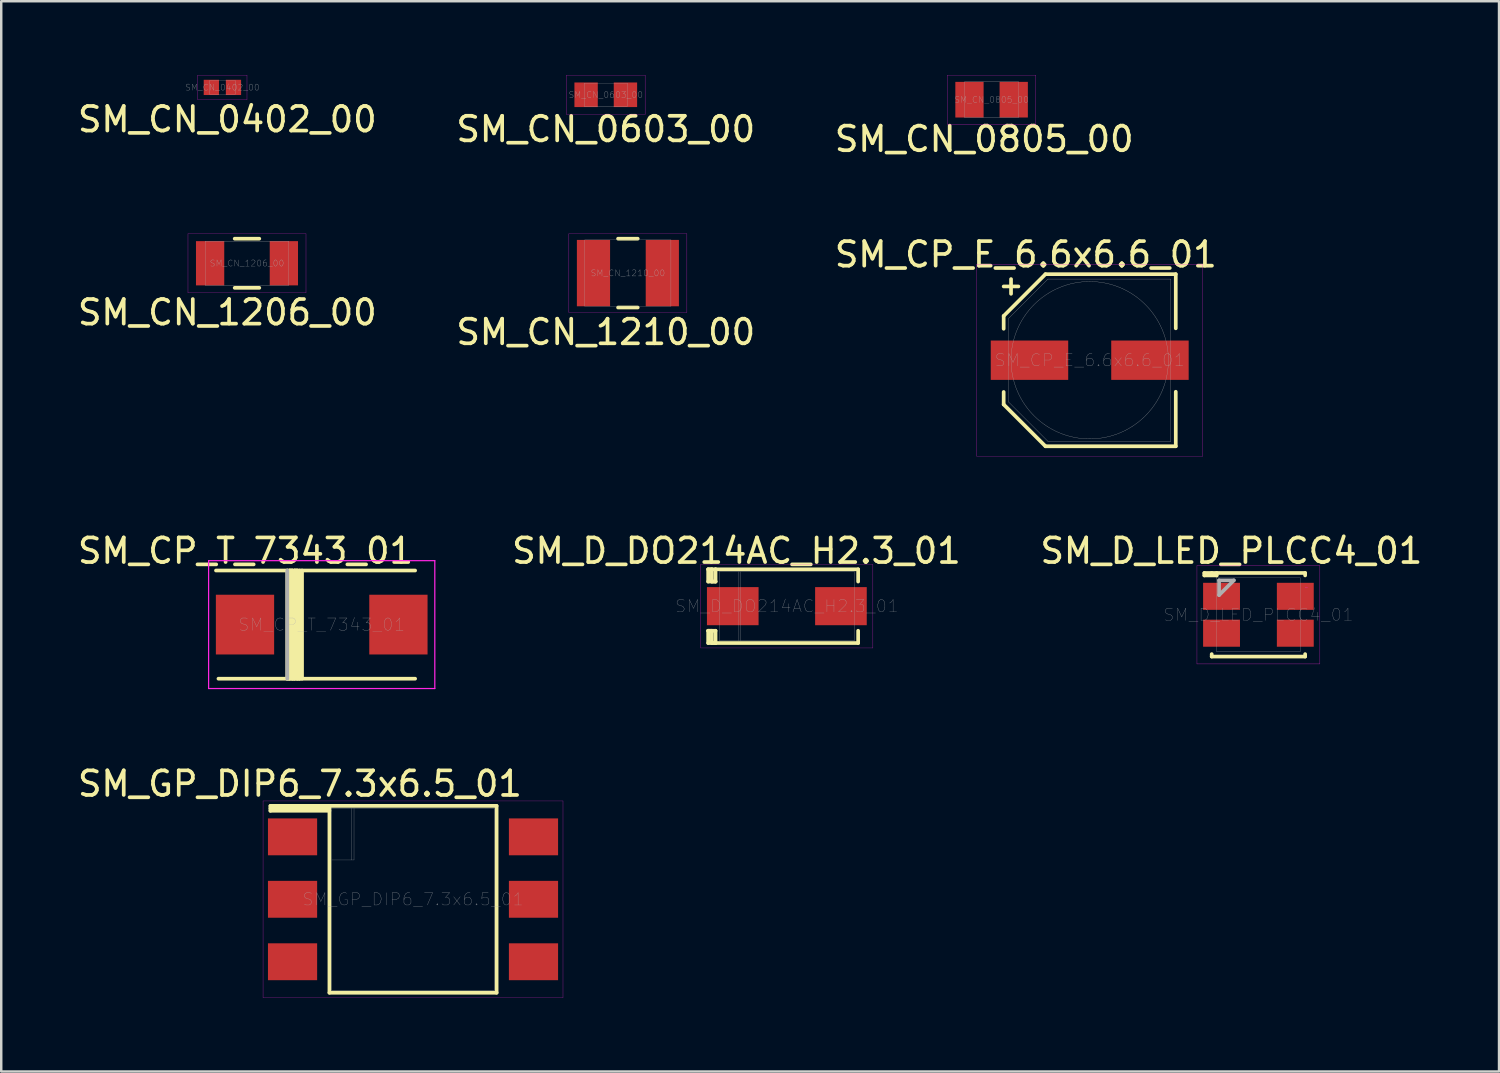
<source format=kicad_pcb>
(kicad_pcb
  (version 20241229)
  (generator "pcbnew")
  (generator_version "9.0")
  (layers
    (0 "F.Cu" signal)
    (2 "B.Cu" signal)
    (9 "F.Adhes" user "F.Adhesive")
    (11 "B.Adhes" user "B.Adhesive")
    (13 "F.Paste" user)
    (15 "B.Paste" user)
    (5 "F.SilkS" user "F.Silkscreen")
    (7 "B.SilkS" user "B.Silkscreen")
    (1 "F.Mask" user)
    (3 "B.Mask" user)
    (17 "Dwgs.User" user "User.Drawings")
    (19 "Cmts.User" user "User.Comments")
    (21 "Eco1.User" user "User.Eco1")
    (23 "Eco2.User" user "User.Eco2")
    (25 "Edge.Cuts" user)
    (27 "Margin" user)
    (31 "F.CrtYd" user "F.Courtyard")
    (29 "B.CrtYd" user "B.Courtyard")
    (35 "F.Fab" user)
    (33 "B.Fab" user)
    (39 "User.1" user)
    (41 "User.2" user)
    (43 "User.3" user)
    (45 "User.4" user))
  (footprint "SM_D_DO214AC_H2.3_01"
    (layer "F.Cu")
    (at 28.954 21.605)
    (property "Reference" "SM_D_DO214AC_H2.3_01" (at 0 0 0) (layer "F.Fab") (effects (font (size 0.5 0.5) (thickness 0.01))))
    (attr through_hole)
    (fp_line (start -3.2 -1.5) (end -3.2 -1) (stroke (width 0.15) (type solid)) (layer "F.SilkS"))
    (fp_line (start -3.2 -1) (end -2.9 -1) (stroke (width 0.15) (type solid)) (layer "F.SilkS"))
    (fp_line (start -3.2 1) (end -3.2 1.5) (stroke (width 0.15) (type solid)) (layer "F.SilkS"))
    (fp_line (start -3.2 1.5) (end -2.9 1.5) (stroke (width 0.15) (type solid)) (layer "F.SilkS"))
    (fp_line (start -3.05 -1.5) (end -3.2 -1.5) (stroke (width 0.15) (type solid)) (layer "F.SilkS"))
    (fp_line (start -3.05 -1) (end -3.05 -1.5) (stroke (width 0.15) (type solid)) (layer "F.SilkS"))
    (fp_line (start -3.05 1) (end -3.2 1) (stroke (width 0.15) (type solid)) (layer "F.SilkS"))
    (fp_line (start -3.05 1.5) (end -3.05 1) (stroke (width 0.15) (type solid)) (layer "F.SilkS"))
    (fp_line (start -2.9 -1.5) (end -3.2 -1.5) (stroke (width 0.15) (type solid)) (layer "F.SilkS"))
    (fp_line (start -2.9 -1.5) (end -2.9 -1) (stroke (width 0.15) (type solid)) (layer "F.SilkS"))
    (fp_line (start -2.9 -1) (end -3.05 -1) (stroke (width 0.15) (type solid)) (layer "F.SilkS"))
    (fp_line (start -2.9 1) (end -3.2 1) (stroke (width 0.15) (type solid)) (layer "F.SilkS"))
    (fp_line (start -2.9 1) (end -2.9 1.5) (stroke (width 0.15) (type solid)) (layer "F.SilkS"))
    (fp_line (start -2.9 1.5) (end -3.05 1.5) (stroke (width 0.15) (type solid)) (layer "F.SilkS"))
    (fp_line (start -2.9 1.5) (end 2.9 1.5) (stroke (width 0.15) (type solid)) (layer "F.SilkS"))
    (fp_line (start 2.9 -1.5) (end -2.9 -1.5) (stroke (width 0.15) (type solid)) (layer "F.SilkS"))
    (fp_line (start 2.9 -1.5) (end 2.9 -1) (stroke (width 0.15) (type solid)) (layer "F.SilkS"))
    (fp_line (start 2.9 1.5) (end 2.9 1) (stroke (width 0.15) (type solid)) (layer "F.SilkS"))
    (fp_line (start -3.5 -1.7) (end -3.5 1.7) (stroke (width 0.01) (type solid)) (layer "F.CrtYd"))
    (fp_line (start -3.5 1.7) (end 3.5 1.7) (stroke (width 0.01) (type solid)) (layer "F.CrtYd"))
    (fp_line (start 3.5 -1.7) (end -3.5 -1.7) (stroke (width 0.01) (type solid)) (layer "F.CrtYd"))
    (fp_line (start 3.5 1.7) (end 3.5 -1.7) (stroke (width 0.01) (type solid)) (layer "F.CrtYd"))
    (fp_line (start -2.75 -1.4) (end -2.75 1.4) (stroke (width 0.01) (type solid)) (layer "F.Fab"))
    (fp_line (start -2.75 1.4) (end 2.75 1.4) (stroke (width 0.01) (type solid)) (layer "F.Fab"))
    (fp_line (start -1.95 -1.4) (end -1.95 1.4) (stroke (width 0.01) (type solid)) (layer "F.Fab"))
    (fp_line (start -1.9 -1.4) (end -1.9 1.4) (stroke (width 0.01) (type solid)) (layer "F.Fab"))
    (fp_line (start 2.75 -1.4) (end -2.75 -1.4) (stroke (width 0.01) (type solid)) (layer "F.Fab"))
    (fp_line (start 2.75 1.4) (end 2.75 -1.4) (stroke (width 0.01) (type solid)) (layer "F.Fab"))
    (fp_text user "${REFERENCE}" (at -2.05 -2.25 0) (layer "F.SilkS") (effects (font (size 1 1) (thickness 0.15))))
    (pad "1" smd rect (at -2.2 0) (size 2.1 1.55) (layers "F.Cu" "F.Mask" "F.Paste"))
    (pad "2" smd rect (at 2.2 0) (size 2.1 1.55) (layers "F.Cu" "F.Mask" "F.Paste")))
  (footprint "SM_GP_DIP6_7.3x6.5_01"
    (layer "F.Cu")
    (at 13.749 33.528)
    (property "Reference" "SM_GP_DIP6_7.3x6.5_01" (at 0 0 0) (layer "F.Fab") (effects (font (size 0.5 0.5) (thickness 0.01))))
    (attr through_hole)
    (fp_line (start -5.8 -3.8) (end -5.8 -3.6) (stroke (width 0.15) (type solid)) (layer "F.SilkS"))
    (fp_line (start -5.8 -3.6) (end -3.4 -3.6) (stroke (width 0.15) (type solid)) (layer "F.SilkS"))
    (fp_line (start -3.4 -3.8) (end -5.8 -3.8) (stroke (width 0.15) (type solid)) (layer "F.SilkS"))
    (fp_line (start -3.4 -3.8) (end -3.4 3.8) (stroke (width 0.15) (type solid)) (layer "F.SilkS"))
    (fp_line (start -3.4 -3.7) (end -5.8 -3.7) (stroke (width 0.15) (type solid)) (layer "F.SilkS"))
    (fp_line (start -3.4 3.8) (end 3.4 3.8) (stroke (width 0.15) (type solid)) (layer "F.SilkS"))
    (fp_line (start 3.4 -3.8) (end -3.4 -3.8) (stroke (width 0.15) (type solid)) (layer "F.SilkS"))
    (fp_line (start 3.4 3.8) (end 3.4 -3.8) (stroke (width 0.15) (type solid)) (layer "F.SilkS"))
    (fp_line (start -6.1 -4) (end -6.1 4) (stroke (width 0.01) (type solid)) (layer "F.CrtYd"))
    (fp_line (start -6.1 4) (end 6.1 4) (stroke (width 0.01) (type solid)) (layer "F.CrtYd"))
    (fp_line (start 6.1 -4) (end -6.1 -4) (stroke (width 0.01) (type solid)) (layer "F.CrtYd"))
    (fp_line (start 6.1 4) (end 6.1 -4) (stroke (width 0.01) (type solid)) (layer "F.CrtYd"))
    (fp_line (start -3.3 -3.7) (end -3.3 3.7) (stroke (width 0.01) (type solid)) (layer "F.Fab"))
    (fp_line (start -3.3 -1.6) (end -2.4 -1.6) (stroke (width 0.01) (type solid)) (layer "F.Fab"))
    (fp_line (start -3.3 3.7) (end 3.3 3.7) (stroke (width 0.01) (type solid)) (layer "F.Fab"))
    (fp_line (start -2.5 -1.6) (end -2.5 -3.7) (stroke (width 0.01) (type solid)) (layer "F.Fab"))
    (fp_line (start -2.4 -1.6) (end -2.4 -3.7) (stroke (width 0.01) (type solid)) (layer "F.Fab"))
    (fp_line (start 3.3 -3.7) (end -3.3 -3.7) (stroke (width 0.01) (type solid)) (layer "F.Fab"))
    (fp_line (start 3.3 3.7) (end 3.3 -3.7) (stroke (width 0.01) (type solid)) (layer "F.Fab"))
    (fp_text user "${REFERENCE}" (at -4.6 -4.7 0) (layer "F.SilkS") (effects (font (size 1 1) (thickness 0.15))))
    (pad "1" smd rect (at -4.9 -2.54) (size 2 1.5) (layers "F.Cu" "F.Mask" "F.Paste"))
    (pad "2" smd rect (at -4.9 0) (size 2 1.5) (layers "F.Cu" "F.Mask" "F.Paste"))
    (pad "3" smd rect (at -4.9 2.54) (size 2 1.5) (layers "F.Cu" "F.Mask" "F.Paste"))
    (pad "4" smd rect (at 4.9 2.54) (size 2 1.5) (layers "F.Cu" "F.Mask" "F.Paste"))
    (pad "5" smd rect (at 4.9 0) (size 2 1.5) (layers "F.Cu" "F.Mask" "F.Paste"))
    (pad "6" smd rect (at 4.9 -2.54) (size 2 1.5) (layers "F.Cu" "F.Mask" "F.Paste")))
  (footprint "SM_CP_E_6.6x6.6_01"
    (layer "F.Cu")
    (at 41.273 11.601)
    (property "Reference" "SM_CP_E_6.6x6.6_01" (at 0 0 0) (layer "F.Fab") (effects (font (size 0.5 0.5) (thickness 0.01))))
    (attr through_hole)
    (fp_line (start -3.5 -3) (end -2.9 -3) (stroke (width 0.15) (type solid)) (layer "F.SilkS"))
    (fp_line (start -3.5 -1.8) (end -1.8 -3.5) (stroke (width 0.15) (type solid)) (layer "F.SilkS"))
    (fp_line (start -3.5 -1.279) (end -3.5 -1.8) (stroke (width 0.15) (type solid)) (layer "F.SilkS"))
    (fp_line (start -3.5 1.8) (end -3.5 1.292) (stroke (width 0.15) (type solid)) (layer "F.SilkS"))
    (fp_line (start -3.2 -3.3) (end -3.2 -2.7) (stroke (width 0.15) (type solid)) (layer "F.SilkS"))
    (fp_line (start -1.8 -3.5) (end 3.5 -3.5) (stroke (width 0.15) (type solid)) (layer "F.SilkS"))
    (fp_line (start -1.8 3.5) (end -3.5 1.8) (stroke (width 0.15) (type solid)) (layer "F.SilkS"))
    (fp_line (start 3.5 -1.297) (end 3.5 -3.5) (stroke (width 0.15) (type solid)) (layer "F.SilkS"))
    (fp_line (start 3.5 3.5) (end -1.8 3.5) (stroke (width 0.15) (type solid)) (layer "F.SilkS"))
    (fp_line (start 3.5 3.5) (end 3.5 1.283) (stroke (width 0.15) (type solid)) (layer "F.SilkS"))
    (fp_line (start -4.6 -3.9) (end -4.6 3.9) (stroke (width 0.01) (type solid)) (layer "F.CrtYd"))
    (fp_line (start -4.6 3.9) (end 4.6 3.9) (stroke (width 0.01) (type solid)) (layer "F.CrtYd"))
    (fp_line (start 4.6 -3.9) (end -4.6 -3.9) (stroke (width 0.01) (type solid)) (layer "F.CrtYd"))
    (fp_line (start 4.6 3.9) (end 4.6 -3.9) (stroke (width 0.01) (type solid)) (layer "F.CrtYd"))
    (fp_line (start -3.3 -1.7) (end -3.3 1.7) (stroke (width 0.01) (type solid)) (layer "F.Fab"))
    (fp_line (start -3.3 -1.7) (end -1.7 -3.3) (stroke (width 0.01) (type solid)) (layer "F.Fab"))
    (fp_line (start -3.3 1.7) (end -1.7 3.3) (stroke (width 0.01) (type solid)) (layer "F.Fab"))
    (fp_line (start -1.7 -3.3) (end 3.3 -3.3) (stroke (width 0.01) (type solid)) (layer "F.Fab"))
    (fp_line (start -1.7 3.3) (end 3.3 3.3) (stroke (width 0.01) (type solid)) (layer "F.Fab"))
    (fp_line (start 3.3 3.3) (end 3.3 -3.3) (stroke (width 0.01) (type solid)) (layer "F.Fab"))
    (fp_circle (center 0 0) (end -3.2 0) (stroke (width 0.01) (type solid)) (fill no) (layer "F.Fab"))
    (fp_text user "${REFERENCE}" (at -2.6 -4.3 0) (layer "F.SilkS") (effects (font (size 1 1) (thickness 0.15))))
    (pad "1" smd rect (at -2.45 0) (size 3.15 1.6) (layers "F.Cu" "F.Mask" "F.Paste"))
    (pad "2" smd rect (at 2.45 0) (size 3.15 1.6) (layers "F.Cu" "F.Mask" "F.Paste")))
  (footprint "SM_CN_0603_00"
    (layer "F.Cu")
    (at 21.589 0.805)
    (property "Reference" "SM_CN_0603_00" (at 0 0 0) (layer "F.Fab") (effects (font (size 0.25 0.25) (thickness 0.01))))
    (attr through_hole)
    (fp_line (start -1.6 -0.8) (end -1.6 0.8) (stroke (width 0.01) (type solid)) (layer "F.CrtYd"))
    (fp_line (start -1.6 0.8) (end 1.6 0.8) (stroke (width 0.01) (type solid)) (layer "F.CrtYd"))
    (fp_line (start 1.6 -0.8) (end -1.6 -0.8) (stroke (width 0.01) (type solid)) (layer "F.CrtYd"))
    (fp_line (start 1.6 0.8) (end 1.6 -0.8) (stroke (width 0.01) (type solid)) (layer "F.CrtYd"))
    (fp_line (start -0.875 -0.475) (end -0.875 0.475) (stroke (width 0.01) (type solid)) (layer "F.Fab"))
    (fp_line (start -0.875 0.475) (end 0.875 0.475) (stroke (width 0.01) (type solid)) (layer "F.Fab"))
    (fp_line (start 0.875 -0.475) (end -0.875 -0.475) (stroke (width 0.01) (type solid)) (layer "F.Fab"))
    (fp_line (start 0.875 0.475) (end 0.875 -0.475) (stroke (width 0.01) (type solid)) (layer "F.Fab"))
    (fp_text user "${REFERENCE}" (at 0 1.4 0) (layer "F.SilkS") (effects (font (size 1 1) (thickness 0.15))))
    (pad "1" smd rect (at -0.8 0) (size 0.95 1) (layers "F.Cu" "F.Mask" "F.Paste"))
    (pad "2" smd rect (at 0.8 0) (size 0.95 1) (layers "F.Cu" "F.Mask" "F.Paste")))
  (footprint "SM_CN_0805_00"
    (layer "F.Cu")
    (at 37.282 1.005)
    (property "Reference" "SM_CN_0805_00" (at 0 0 0) (layer "F.Fab") (effects (font (size 0.25 0.25) (thickness 0.01))))
    (attr through_hole)
    (fp_line (start -1.8 -1) (end -1.8 1) (stroke (width 0.01) (type solid)) (layer "F.CrtYd"))
    (fp_line (start -1.8 1) (end 1.8 1) (stroke (width 0.01) (type solid)) (layer "F.CrtYd"))
    (fp_line (start 1.8 -1) (end -1.8 -1) (stroke (width 0.01) (type solid)) (layer "F.CrtYd"))
    (fp_line (start 1.8 1) (end 1.8 -1) (stroke (width 0.01) (type solid)) (layer "F.CrtYd"))
    (fp_line (start -1.1 -0.725) (end -1.1 0.725) (stroke (width 0.01) (type solid)) (layer "F.Fab"))
    (fp_line (start -1.1 0.725) (end 1.1 0.725) (stroke (width 0.01) (type solid)) (layer "F.Fab"))
    (fp_line (start 1.1 -0.725) (end -1.1 -0.725) (stroke (width 0.01) (type solid)) (layer "F.Fab"))
    (fp_line (start 1.1 0.725) (end 1.1 -0.725) (stroke (width 0.01) (type solid)) (layer "F.Fab"))
    (fp_text user "${REFERENCE}" (at -0.3 1.6 0) (layer "F.SilkS") (effects (font (size 1 1) (thickness 0.15))))
    (pad "1" smd rect (at -0.9 0) (size 1.15 1.45) (layers "F.Cu" "F.Mask" "F.Paste"))
    (pad "2" smd rect (at 0.9 0) (size 1.15 1.45) (layers "F.Cu" "F.Mask" "F.Paste")))
  (footprint "SM_CP_T_7343_01"
    (layer "F.Cu")
    (at 10.035 22.355)
    (property "Reference" "SM_CP_T_7343_01" (at 0 0 0) (layer "F.Fab") (effects (font (size 0.5 0.5) (thickness 0.01))))
    (attr smd)
    (fp_line (start -4.2 2.2) (end 3.8 2.2) (stroke (width 0.15) (type solid)) (layer "F.SilkS"))
    (fp_line (start -1.4 -2.2) (end -1.4 2.2) (stroke (width 0.15) (type solid)) (layer "F.SilkS"))
    (fp_line (start -1.4 2.2) (end -1.3 2.2) (stroke (width 0.15) (type solid)) (layer "F.SilkS"))
    (fp_line (start -1.3 -2.2) (end -1.2 -2.2) (stroke (width 0.15) (type solid)) (layer "F.SilkS"))
    (fp_line (start -1.3 2.2) (end -1.3 -2.2) (stroke (width 0.15) (type solid)) (layer "F.SilkS"))
    (fp_line (start -1.2 -2.2) (end -1.2 2.2) (stroke (width 0.15) (type solid)) (layer "F.SilkS"))
    (fp_line (start -1.2 2.2) (end -1.1 2.2) (stroke (width 0.15) (type solid)) (layer "F.SilkS"))
    (fp_line (start -1.1 -2.2) (end -1 -2.2) (stroke (width 0.15) (type solid)) (layer "F.SilkS"))
    (fp_line (start -1.1 2.2) (end -1.1 -2.2) (stroke (width 0.15) (type solid)) (layer "F.SilkS"))
    (fp_line (start -1 -2.2) (end -1 2.2) (stroke (width 0.15) (type solid)) (layer "F.SilkS"))
    (fp_line (start -1 2.2) (end -0.9 2.2) (stroke (width 0.15) (type solid)) (layer "F.SilkS"))
    (fp_line (start -0.9 2.2) (end -0.9 -2.2) (stroke (width 0.15) (type solid)) (layer "F.SilkS"))
    (fp_line (start -0.8 -2.2) (end -0.8 2.2) (stroke (width 0.15) (type solid)) (layer "F.SilkS"))
    (fp_line (start 3.8 -2.2) (end -4.3 -2.2) (stroke (width 0.15) (type solid)) (layer "F.SilkS"))
    (fp_line (start -4.6 -2.6) (end -4.6 2.6) (stroke (width 0.05) (type solid)) (layer "F.CrtYd"))
    (fp_line (start -4.6 2.6) (end 4.6 2.6) (stroke (width 0.05) (type solid)) (layer "F.CrtYd"))
    (fp_line (start 4.6 -2.6) (end -4.6 -2.6) (stroke (width 0.05) (type solid)) (layer "F.CrtYd"))
    (fp_line (start 4.6 2.6) (end 4.6 -2.6) (stroke (width 0.05) (type solid)) (layer "F.CrtYd"))
    (fp_line (start -1.4 -2.2) (end -1.4 2.2) (stroke (width 0.15) (type solid)) (layer "F.Fab"))
    (fp_text user "${REFERENCE}" (at -3.1 -3 0) (layer "F.SilkS") (effects (font (size 1 1) (thickness 0.15))))
    (pad "1" smd rect (at -3.12 0) (size 2.37 2.43) (layers "F.Cu" "F.Mask" "F.Paste"))
    (pad "2" smd rect (at 3.12 0) (size 2.37 2.43) (layers "F.Cu" "F.Mask" "F.Paste")))
  (footprint "SM_D_LED_PLCC4_01"
    (layer "F.Cu")
    (at 48.135 21.955)
    (property "Reference" "SM_D_LED_PLCC4_01" (at 0 0 0) (layer "F.Fab") (effects (font (size 0.5 0.5) (thickness 0.01))))
    (attr through_hole)
    (fp_line (start -2.2 -1.7) (end -2.2 -1.6) (stroke (width 0.15) (type solid)) (layer "F.SilkS"))
    (fp_line (start -2.2 -1.6) (end -1.7 -1.6) (stroke (width 0.15) (type solid)) (layer "F.SilkS"))
    (fp_line (start -1.9 -1.7) (end -2.2 -1.7) (stroke (width 0.15) (type solid)) (layer "F.SilkS"))
    (fp_line (start -1.9 -1.7) (end 1.9 -1.7) (stroke (width 0.15) (type solid)) (layer "F.SilkS"))
    (fp_line (start -1.9 1.6) (end -1.9 1.7) (stroke (width 0.15) (type solid)) (layer "F.SilkS"))
    (fp_line (start -1.9 1.7) (end 1.9 1.7) (stroke (width 0.15) (type solid)) (layer "F.SilkS"))
    (fp_line (start -1.7 -1.6) (end -1.7 -1.7) (stroke (width 0.15) (type solid)) (layer "F.SilkS"))
    (fp_line (start 1.9 -1.7) (end 1.9 -1.6) (stroke (width 0.15) (type solid)) (layer "F.SilkS"))
    (fp_line (start 1.9 1.6) (end 1.9 1.7) (stroke (width 0.15) (type solid)) (layer "F.SilkS"))
    (fp_line (start -2.5 -2) (end 2.5 -2) (stroke (width 0.01) (type solid)) (layer "F.CrtYd"))
    (fp_line (start -2.5 2) (end -2.5 -2) (stroke (width 0.01) (type solid)) (layer "F.CrtYd"))
    (fp_line (start 2 -1.1) (end 1.9 -1.1) (stroke (width 0.01) (type solid)) (layer "F.CrtYd"))
    (fp_line (start 2.5 -2) (end 2.5 2) (stroke (width 0.01) (type solid)) (layer "F.CrtYd"))
    (fp_line (start 2.5 2) (end -2.5 2) (stroke (width 0.01) (type solid)) (layer "F.CrtYd"))
    (fp_line (start -1.7 -1.5) (end 1.7 -1.5) (stroke (width 0.01) (type solid)) (layer "F.Fab"))
    (fp_line (start -1.7 1.5) (end -1.7 -1.5) (stroke (width 0.01) (type solid)) (layer "F.Fab"))
    (fp_line (start -1.7 1.5) (end 1.7 1.5) (stroke (width 0.01) (type solid)) (layer "F.Fab"))
    (fp_line (start -1.6 -1.4) (end -1 -1.4) (stroke (width 0.15) (type solid)) (layer "F.Fab"))
    (fp_line (start -1.6 -0.8) (end -1.6 -1.4) (stroke (width 0.15) (type solid)) (layer "F.Fab"))
    (fp_line (start -1 -1.4) (end -1.6 -0.8) (stroke (width 0.15) (type solid)) (layer "F.Fab"))
    (fp_line (start 1.7 1.5) (end 1.7 -1.5) (stroke (width 0.01) (type solid)) (layer "F.Fab"))
    (fp_text user "${REFERENCE}" (at -1.1 -2.6 0) (layer "F.SilkS") (effects (font (size 1 1) (thickness 0.15))))
    (pad "1" smd rect (at -1.5 -0.75) (size 1.5 1.1) (layers "F.Cu" "F.Mask" "F.Paste"))
    (pad "2" smd rect (at 1.5 -0.75) (size 1.5 1.1) (layers "F.Cu" "F.Mask" "F.Paste"))
    (pad "3" smd rect (at 1.5 0.75) (size 1.5 1.1) (layers "F.Cu" "F.Mask" "F.Paste"))
    (pad "4" smd rect (at -1.5 0.75) (size 1.5 1.1) (layers "F.Cu" "F.Mask" "F.Paste")))
  (footprint "SM_CN_1210_00"
    (layer "F.Cu")
    (at 22.489 8.058)
    (property "Reference" "SM_CN_1210_00" (at 0 0 0) (layer "F.Fab") (effects (font (size 0.25 0.25) (thickness 0.01))))
    (attr through_hole)
    (fp_line (start -0.4 -1.4) (end 0.4 -1.4) (stroke (width 0.15) (type solid)) (layer "F.SilkS"))
    (fp_line (start -0.4 1.4) (end 0.4 1.4) (stroke (width 0.15) (type solid)) (layer "F.SilkS"))
    (fp_line (start -2.4 -1.6) (end -2.4 1.6) (stroke (width 0.01) (type solid)) (layer "F.CrtYd"))
    (fp_line (start -2.4 1.6) (end 2.4 1.6) (stroke (width 0.01) (type solid)) (layer "F.CrtYd"))
    (fp_line (start 2.4 -1.6) (end -2.4 -1.6) (stroke (width 0.01) (type solid)) (layer "F.CrtYd"))
    (fp_line (start 2.4 1.6) (end 2.4 -1.6) (stroke (width 0.01) (type solid)) (layer "F.CrtYd"))
    (fp_line (start -1.75 -1.35) (end -1.75 1.35) (stroke (width 0.01) (type solid)) (layer "F.Fab"))
    (fp_line (start -1.75 1.35) (end 1.75 1.35) (stroke (width 0.01) (type solid)) (layer "F.Fab"))
    (fp_line (start 1.75 -1.35) (end -1.75 -1.35) (stroke (width 0.01) (type solid)) (layer "F.Fab"))
    (fp_line (start 1.75 1.35) (end 1.75 -1.35) (stroke (width 0.01) (type solid)) (layer "F.Fab"))
    (fp_text user "${REFERENCE}" (at -0.9 2.4 0) (layer "F.SilkS") (effects (font (size 1 1) (thickness 0.15))))
    (pad "1" smd rect (at -1.4 0) (size 1.35 2.7) (layers "F.Cu" "F.Mask" "F.Paste"))
    (pad "2" smd rect (at 1.4 0) (size 1.35 2.7) (layers "F.Cu" "F.Mask" "F.Paste")))
  (footprint "SM_CN_1206_00"
    (layer "F.Cu")
    (at 6.996 7.658)
    (property "Reference" "SM_CN_1206_00" (at 0 0 0) (layer "F.Fab") (effects (font (size 0.25 0.25) (thickness 0.01))))
    (attr through_hole)
    (fp_line (start -0.5 -1) (end 0.5 -1) (stroke (width 0.15) (type solid)) (layer "F.SilkS"))
    (fp_line (start -0.5 1) (end 0.5 1) (stroke (width 0.15) (type solid)) (layer "F.SilkS"))
    (fp_line (start -2.4 -1.2) (end -2.4 1.2) (stroke (width 0.01) (type solid)) (layer "F.CrtYd"))
    (fp_line (start -2.4 1.2) (end 2.4 1.2) (stroke (width 0.01) (type solid)) (layer "F.CrtYd"))
    (fp_line (start 2.4 -1.2) (end -2.4 -1.2) (stroke (width 0.01) (type solid)) (layer "F.CrtYd"))
    (fp_line (start 2.4 1.2) (end 2.4 -1.2) (stroke (width 0.01) (type solid)) (layer "F.CrtYd"))
    (fp_line (start -1.7 -0.9) (end -1.7 0.9) (stroke (width 0.01) (type solid)) (layer "F.Fab"))
    (fp_line (start -1.7 0.9) (end 1.7 0.9) (stroke (width 0.01) (type solid)) (layer "F.Fab"))
    (fp_line (start 1.7 -0.9) (end -1.7 -0.9) (stroke (width 0.01) (type solid)) (layer "F.Fab"))
    (fp_line (start 1.7 0.9) (end 1.7 -0.9) (stroke (width 0.01) (type solid)) (layer "F.Fab"))
    (fp_text user "${REFERENCE}" (at -0.8 2 0) (layer "F.SilkS") (effects (font (size 1 1) (thickness 0.15))))
    (pad "1" smd rect (at -1.5 0) (size 1.15 1.8) (layers "F.Cu" "F.Mask" "F.Paste"))
    (pad "2" smd rect (at 1.5 0) (size 1.15 1.8) (layers "F.Cu" "F.Mask" "F.Paste")))
  (footprint "SM_CN_0402_00"
    (layer "F.Cu")
    (at 5.996 0.505)
    (property "Reference" "SM_CN_0402_00" (at 0 0 0) (layer "F.Fab") (effects (font (size 0.25 0.25) (thickness 0.01))))
    (attr through_hole)
    (fp_line (start -1 -0.5) (end -1 0.5) (stroke (width 0.01) (type solid)) (layer "F.CrtYd"))
    (fp_line (start -1 0.5) (end 1 0.5) (stroke (width 0.01) (type solid)) (layer "F.CrtYd"))
    (fp_line (start 1 -0.5) (end -1 -0.5) (stroke (width 0.01) (type solid)) (layer "F.CrtYd"))
    (fp_line (start 1 0.5) (end 1 -0.5) (stroke (width 0.01) (type solid)) (layer "F.CrtYd"))
    (fp_line (start -0.525 -0.275) (end -0.525 0.275) (stroke (width 0.01) (type solid)) (layer "F.Fab"))
    (fp_line (start -0.525 0.275) (end 0.525 0.275) (stroke (width 0.01) (type solid)) (layer "F.Fab"))
    (fp_line (start 0.525 -0.275) (end -0.525 -0.275) (stroke (width 0.01) (type solid)) (layer "F.Fab"))
    (fp_line (start 0.525 0.275) (end 0.525 -0.275) (stroke (width 0.01) (type solid)) (layer "F.Fab"))
    (fp_text user "${REFERENCE}" (at 0.2 1.3 0) (layer "F.SilkS") (effects (font (size 1 1) (thickness 0.15))))
    (pad "1" smd rect (at -0.45 0) (size 0.62 0.62) (layers "F.Cu" "F.Mask" "F.Paste"))
    (pad "2" smd rect (at 0.45 0) (size 0.62 0.62) (layers "F.Cu" "F.Mask" "F.Paste")))
  (gr_rect
    (start -3 -3)
    (end 57.921 40.533)
    (stroke (width 0.1) (type default))
    (fill no)
    (layer "Edge.Cuts")))
</source>
